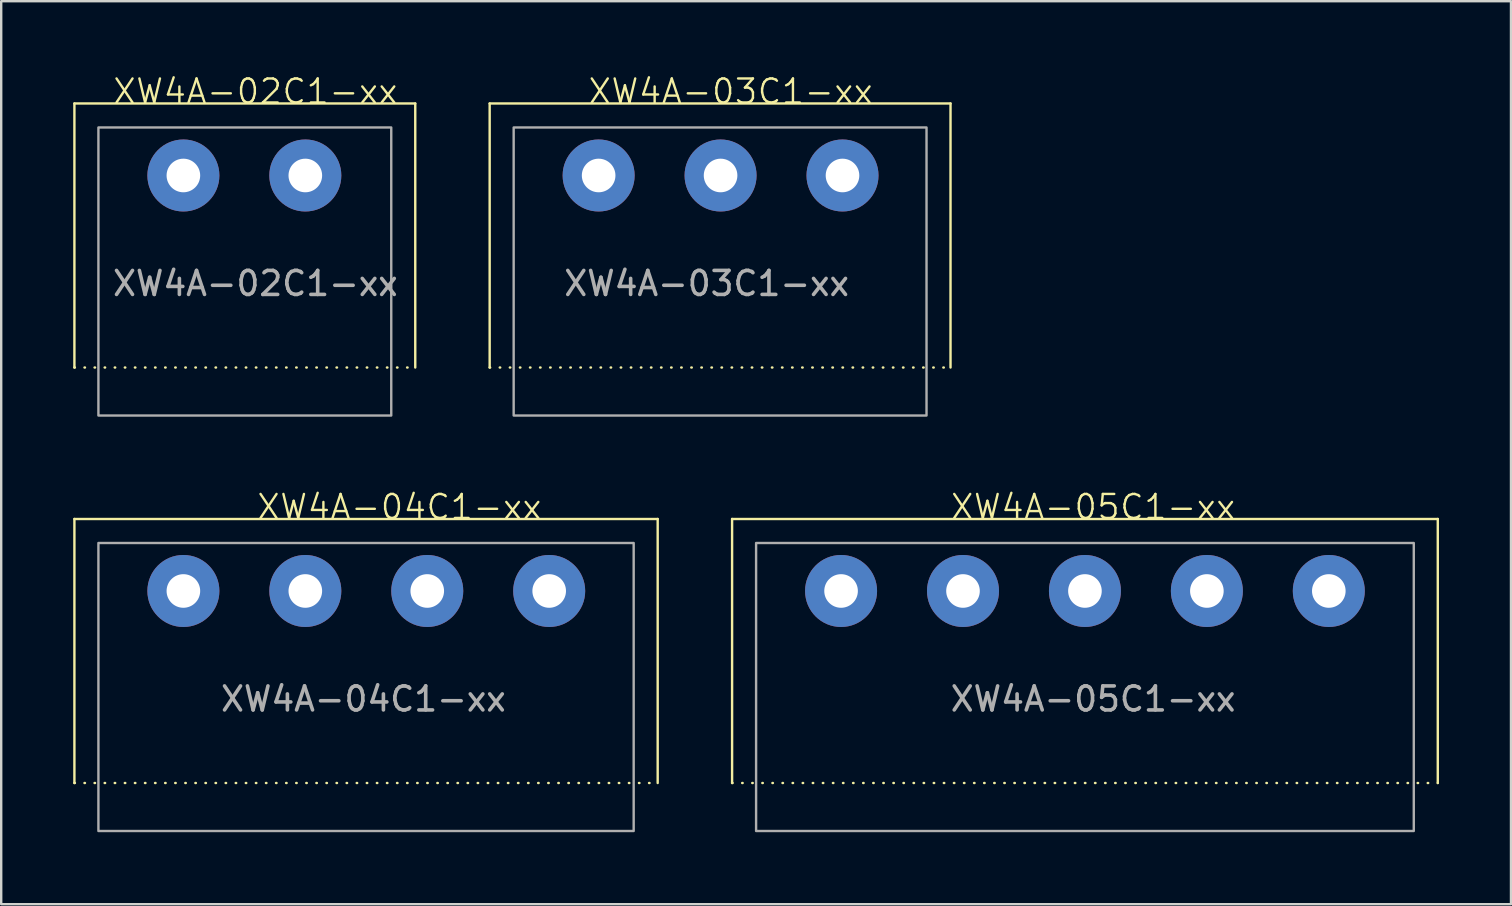
<source format=kicad_pcb>
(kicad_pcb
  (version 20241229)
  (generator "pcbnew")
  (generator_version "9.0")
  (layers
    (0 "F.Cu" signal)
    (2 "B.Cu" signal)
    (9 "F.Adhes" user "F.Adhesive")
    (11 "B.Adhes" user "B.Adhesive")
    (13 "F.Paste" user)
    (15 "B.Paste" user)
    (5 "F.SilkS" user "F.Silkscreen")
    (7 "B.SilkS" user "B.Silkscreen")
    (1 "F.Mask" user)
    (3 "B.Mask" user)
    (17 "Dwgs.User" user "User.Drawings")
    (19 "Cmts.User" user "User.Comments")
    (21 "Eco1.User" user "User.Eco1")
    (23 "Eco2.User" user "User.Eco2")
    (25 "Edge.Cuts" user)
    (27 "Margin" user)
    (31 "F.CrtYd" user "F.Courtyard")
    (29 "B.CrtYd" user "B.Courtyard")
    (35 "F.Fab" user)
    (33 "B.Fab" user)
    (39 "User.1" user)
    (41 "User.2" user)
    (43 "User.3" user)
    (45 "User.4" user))
  (footprint "XW4A-02C1-xx"
    (layer "F.Cu")
    (at 4.59 4.261)
    (property "Reference" "XW4A-02C1-xx" (at 3 -3.5 0) (unlocked yes) (layer "F.SilkS") (effects (font (size 1 1) (thickness 0.1))))
    (attr through_hole)
    (fp_line (start -4.54 -3) (end -4.54 8) (stroke (width 0.1) (type default)) (layer "F.SilkS"))
    (fp_line (start -4.54 -3) (end 9.66 -3) (stroke (width 0.1) (type default)) (layer "F.SilkS"))
    (fp_line (start -4.54 8) (end 9.66 8) (stroke (width 0.1) (type dot)) (layer "F.SilkS"))
    (fp_line (start 9.66 -3) (end 9.66 8) (stroke (width 0.1) (type default)) (layer "F.SilkS"))
    (fp_rect (start -3.54 -2) (end 8.66 10) (stroke (width 0.1) (type default)) (fill no) (layer "F.Fab"))
    (fp_text user "${REFERENCE}" (at 3 4.5 0) (unlocked yes) (layer "F.Fab") (effects (font (size 1 1) (thickness 0.15))))
    (pad "1" thru_hole circle (at 0 0) (size 3 3) (drill 1.4) (layers "*.Cu" "*.Mask"))
    (pad "2" thru_hole circle (at 5.08 0) (size 3 3) (drill 1.4) (layers "*.Cu" "*.Mask")))
  (footprint "XW4A-04C1-xx"
    (layer "F.Cu")
    (at 4.59 21.571)
    (property "Reference" "XW4A-04C1-xx" (at 9 -3.5 0) (unlocked yes) (layer "F.SilkS") (effects (font (size 1 1) (thickness 0.1))))
    (attr through_hole)
    (fp_line (start -4.54 -3) (end -4.54 8) (stroke (width 0.1) (type default)) (layer "F.SilkS"))
    (fp_line (start -4.54 -3) (end 19.76 -3) (stroke (width 0.1) (type default)) (layer "F.SilkS"))
    (fp_line (start -4.54 8) (end 19.76 8) (stroke (width 0.1) (type dot)) (layer "F.SilkS"))
    (fp_line (start 19.76 -3) (end 19.76 8) (stroke (width 0.1) (type default)) (layer "F.SilkS"))
    (fp_rect (start -3.54 -2) (end 18.76 10) (stroke (width 0.1) (type default)) (fill no) (layer "F.Fab"))
    (fp_text user "${REFERENCE}" (at 7.5 4.5 0) (unlocked yes) (layer "F.Fab") (effects (font (size 1 1) (thickness 0.15))))
    (pad "1" thru_hole circle (at 0 0) (size 3 3) (drill 1.4) (layers "*.Cu" "*.Mask"))
    (pad "2" thru_hole circle (at 5.08 0) (size 3 3) (drill 1.4) (layers "*.Cu" "*.Mask"))
    (pad "3" thru_hole circle (at 10.16 0) (size 3 3) (drill 1.4) (layers "*.Cu" "*.Mask"))
    (pad "4" thru_hole circle (at 15.24 0) (size 3 3) (drill 1.4) (layers "*.Cu" "*.Mask")))
  (footprint "XW4A-05C1-xx"
    (layer "F.Cu")
    (at 31.99 21.571)
    (property "Reference" "XW4A-05C1-xx" (at 10.5 -3.5 0) (unlocked yes) (layer "F.SilkS") (effects (font (size 1 1) (thickness 0.1))))
    (attr through_hole)
    (fp_line (start -4.54 -3) (end -4.54 8) (stroke (width 0.1) (type default)) (layer "F.SilkS"))
    (fp_line (start -4.54 -3) (end 24.86 -3) (stroke (width 0.1) (type default)) (layer "F.SilkS"))
    (fp_line (start -4.54 8) (end 24.86 8) (stroke (width 0.1) (type dot)) (layer "F.SilkS"))
    (fp_line (start 24.86 -3) (end 24.86 8) (stroke (width 0.1) (type default)) (layer "F.SilkS"))
    (fp_rect (start -3.54 -2) (end 23.86 10) (stroke (width 0.1) (type default)) (fill no) (layer "F.Fab"))
    (fp_text user "${REFERENCE}" (at 10.5 4.5 0) (unlocked yes) (layer "F.Fab") (effects (font (size 1 1) (thickness 0.15))))
    (pad "1" thru_hole circle (at 0 0) (size 3 3) (drill 1.4) (layers "*.Cu" "*.Mask"))
    (pad "2" thru_hole circle (at 5.08 0) (size 3 3) (drill 1.4) (layers "*.Cu" "*.Mask"))
    (pad "3" thru_hole circle (at 10.16 0) (size 3 3) (drill 1.4) (layers "*.Cu" "*.Mask"))
    (pad "4" thru_hole circle (at 15.24 0) (size 3 3) (drill 1.4) (layers "*.Cu" "*.Mask"))
    (pad "5" thru_hole circle (at 20.32 0) (size 3 3) (drill 1.4) (layers "*.Cu" "*.Mask")))
  (footprint "XW4A-03C1-xx"
    (layer "F.Cu")
    (at 21.89 4.261)
    (property "Reference" "XW4A-03C1-xx" (at 5.5 -3.5 0) (unlocked yes) (layer "F.SilkS") (effects (font (size 1 1) (thickness 0.1))))
    (attr through_hole)
    (fp_line (start -4.54 -3) (end -4.54 8) (stroke (width 0.1) (type default)) (layer "F.SilkS"))
    (fp_line (start -4.54 -3) (end 14.66 -3) (stroke (width 0.1) (type default)) (layer "F.SilkS"))
    (fp_line (start -4.54 8) (end 14.66 8) (stroke (width 0.1) (type dot)) (layer "F.SilkS"))
    (fp_line (start 14.66 -3) (end 14.66 8) (stroke (width 0.1) (type default)) (layer "F.SilkS"))
    (fp_rect (start -3.54 -2) (end 13.66 10) (stroke (width 0.1) (type default)) (fill no) (layer "F.Fab"))
    (fp_text user "${REFERENCE}" (at 4.5 4.5 0) (unlocked yes) (layer "F.Fab") (effects (font (size 1 1) (thickness 0.15))))
    (pad "1" thru_hole circle (at 0 0) (size 3 3) (drill 1.4) (layers "*.Cu" "*.Mask"))
    (pad "2" thru_hole circle (at 5.08 0) (size 3 3) (drill 1.4) (layers "*.Cu" "*.Mask"))
    (pad "3" thru_hole circle (at 10.16 0) (size 3 3) (drill 1.4) (layers "*.Cu" "*.Mask")))
  (gr_rect
    (start -3 -3)
    (end 59.9 34.621)
    (stroke (width 0.1) (type default))
    (fill no)
    (layer "Edge.Cuts")))
</source>
